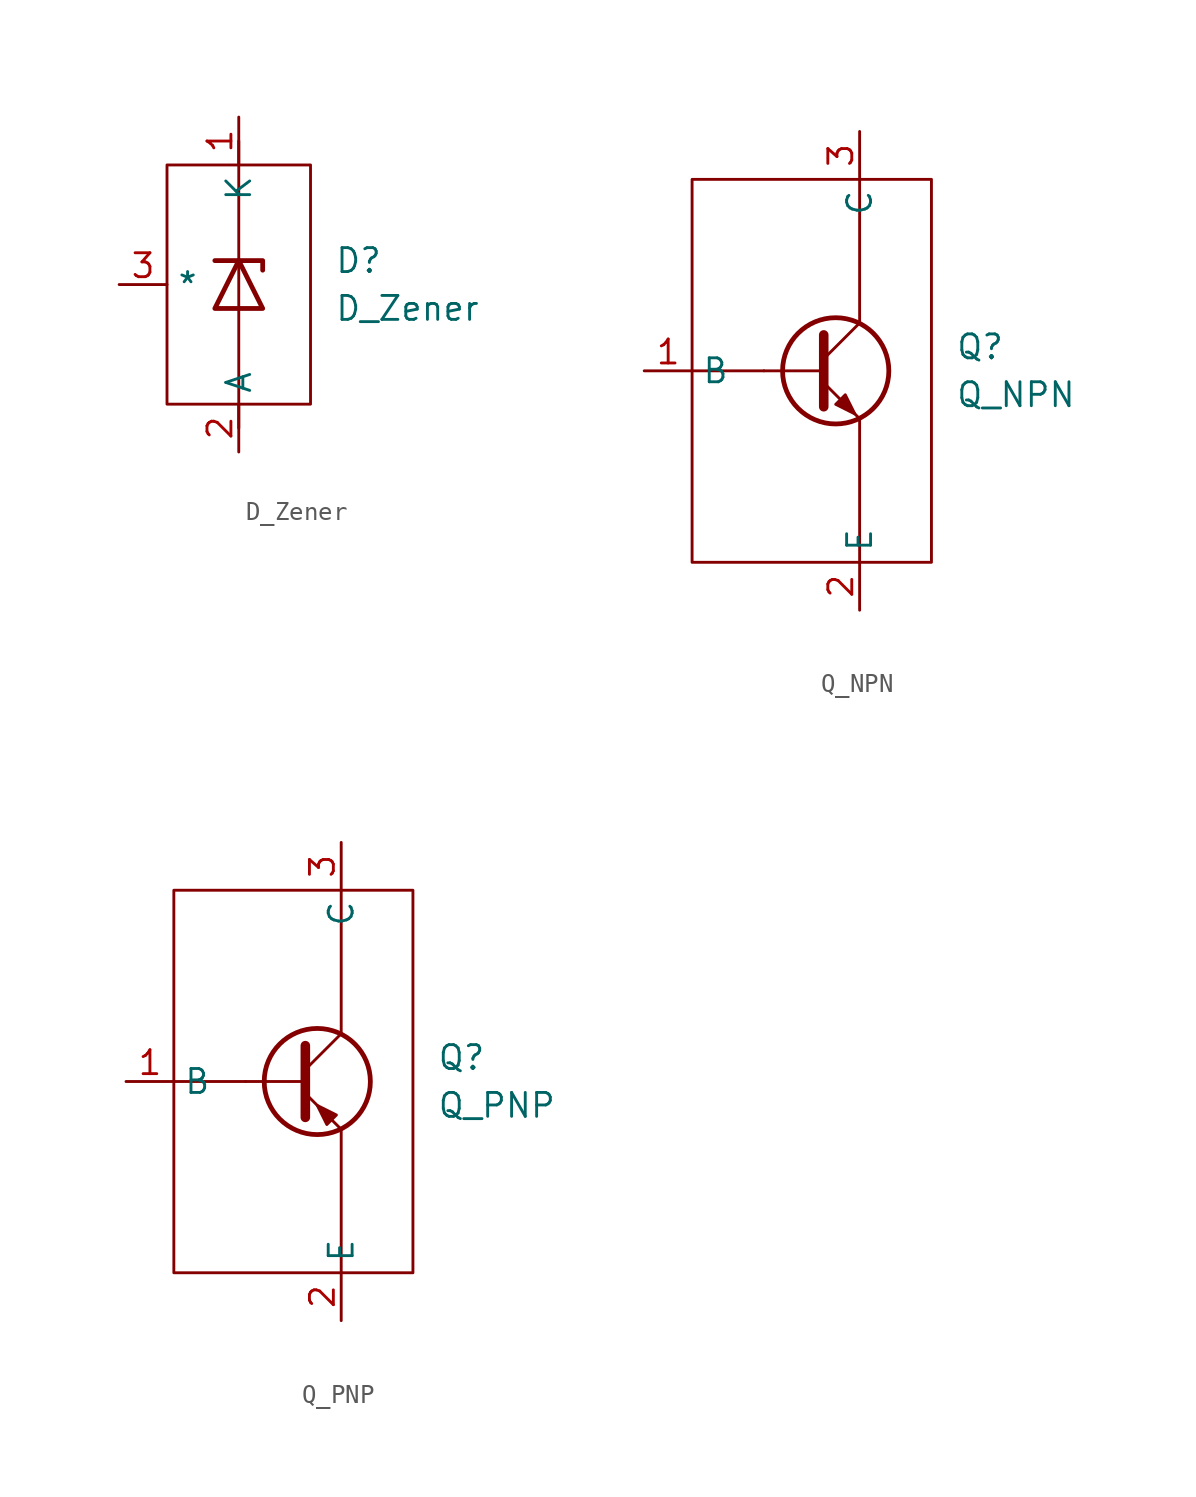
<source format=kicad_sym>
(kicad_symbol_lib
  (version 20241209)
  (generator "kicad_symbol_editor")
  (generator_version "9.0")
  (symbol "D_Zener"
    (property "Reference" "D"
      (at 5.08 1.27 0)
      (effects (font (size 1.27 1.27)) (justify left)))
    (property "Value" "D_Zener"
      (at 5.08 -1.27 0)
      (effects (font (size 1.27 1.27)) (justify left)))
    (symbol "D_Zener_0_1"
      (rectangle (start -3.81 6.35) (end 3.81 -6.35) (stroke (width 0) (type default)) (fill (type none)))
      (polyline (pts (xy -1.27 1.27) (xy 1.27 1.27) (xy 1.27 0.762)) (stroke (width 0.254) (type default)) (fill (type none)))
      (polyline (pts (xy -1.27 -1.27) (xy 1.27 -1.27) (xy 0 1.27) (xy -1.27 -1.27)) (stroke (width 0.254) (type default)) (fill (type none)))
      (polyline (pts (xy 0 1.27) (xy 0 7.62)) (stroke (width 0) (type default)) (fill (type none)))
      (polyline (pts (xy 0 -1.27) (xy 0 1.27)) (stroke (width 0) (type default)) (fill (type none)))
      (polyline (pts (xy 0 -1.27) (xy 0 -7.62)) (stroke (width 0) (type default)) (fill (type none))))
    (symbol "D_Zener_1_1"
      (pin passive line (at -6.35 0 0) (length 2.54) (name "*" (effects (font (size 1.27 1.27)))) (number "3" (effects (font (size 1.27 1.27)))))
      (pin passive line (at 0 8.89 270) (length 2.54) (name "K" (effects (font (size 1.27 1.27)))) (number "1" (effects (font (size 1.27 1.27)))))
      (pin passive line (at 0 -8.89 90) (length 2.54) (name "A" (effects (font (size 1.27 1.27)))) (number "2" (effects (font (size 1.27 1.27)))))))
  (symbol "Q_NPN"
    (property "Reference" "Q"
      (at 7.62 1.27 0)
      (effects (font (size 1.27 1.27)) (justify left)))
    (property "Value" "Q_NPN"
      (at 7.62 -1.27 0)
      (effects (font (size 1.27 1.27)) (justify left)))
    (symbol "Q_NPN_0_1"
      (polyline (pts (xy -2.54 0) (xy -6.35 0)) (stroke (width 0) (type default)) (fill (type none)))
      (polyline (pts (xy -2.54 0) (xy 0.635 0)) (stroke (width 0) (type default)) (fill (type none)))
      (polyline (pts (xy 0.635 1.905) (xy 0.635 -1.905)) (stroke (width 0.508) (type default)) (fill (type none)))
      (polyline (pts (xy 0.635 0.635) (xy 2.54 2.54)) (stroke (width 0) (type default)) (fill (type none)))
      (polyline (pts (xy 0.635 -0.635) (xy 2.54 -2.54)) (stroke (width 0) (type default)) (fill (type none)))
      (circle (center 1.27 0) (radius 2.819) (stroke (width 0.254) (type default)) (fill (type none)))
      (polyline (pts (xy 1.27 -1.778) (xy 1.778 -1.27) (xy 2.286 -2.286) (xy 1.27 -1.778)) (stroke (width 0) (type default)) (fill (type outline)))
      (polyline (pts (xy 2.54 2.54) (xy 2.54 10.16)) (stroke (width 0) (type default)) (fill (type none)))
      (polyline (pts (xy 2.54 -2.54) (xy 2.54 -10.16)) (stroke (width 0) (type default)) (fill (type none)))
      (rectangle (start 6.35 10.16) (end -6.35 -10.16) (stroke (width 0) (type default)) (fill (type none))))
    (symbol "Q_NPN_1_1"
      (pin input line (at -8.89 0 0) (length 2.54) (name "B" (effects (font (size 1.27 1.27)))) (number "1" (effects (font (size 1.27 1.27)))))
      (pin passive line (at 2.54 12.7 270) (length 2.54) (name "C" (effects (font (size 1.27 1.27)))) (number "3" (effects (font (size 1.27 1.27)))))
      (pin passive line (at 2.54 -12.7 90) (length 2.54) (name "E" (effects (font (size 1.27 1.27)))) (number "2" (effects (font (size 1.27 1.27)))))))
  (symbol "Q_PNP"
    (property "Reference" "Q"
      (at 7.62 1.27 0)
      (effects (font (size 1.27 1.27)) (justify left)))
    (property "Value" "Q_PNP"
      (at 7.62 -1.27 0)
      (effects (font (size 1.27 1.27)) (justify left)))
    (symbol "Q_PNP_0_1"
      (polyline (pts (xy -2.54 0) (xy -6.35 0)) (stroke (width 0) (type default)) (fill (type none)))
      (polyline (pts (xy -2.54 0) (xy 0.635 0)) (stroke (width 0) (type default)) (fill (type none)))
      (polyline (pts (xy 0.635 1.905) (xy 0.635 -1.905)) (stroke (width 0.508) (type default)) (fill (type none)))
      (polyline (pts (xy 0.635 0.635) (xy 2.54 2.54)) (stroke (width 0) (type default)) (fill (type none)))
      (polyline (pts (xy 0.635 -0.635) (xy 2.54 -2.54)) (stroke (width 0) (type default)) (fill (type none)))
      (circle (center 1.27 0) (radius 2.819) (stroke (width 0.254) (type default)) (fill (type none)))
      (polyline (pts (xy 2.286 -1.778) (xy 1.778 -2.286) (xy 1.27 -1.27) (xy 2.286 -1.778)) (stroke (width 0) (type default)) (fill (type outline)))
      (polyline (pts (xy 2.54 2.54) (xy 2.54 10.16)) (stroke (width 0) (type default)) (fill (type none)))
      (polyline (pts (xy 2.54 -2.54) (xy 2.54 -10.16)) (stroke (width 0) (type default)) (fill (type none)))
      (rectangle (start 6.35 10.16) (end -6.35 -10.16) (stroke (width 0) (type default)) (fill (type none))))
    (symbol "Q_PNP_1_1"
      (pin input line (at -8.89 0 0) (length 2.54) (name "B" (effects (font (size 1.27 1.27)))) (number "1" (effects (font (size 1.27 1.27)))))
      (pin passive line (at 2.54 12.7 270) (length 2.54) (name "C" (effects (font (size 1.27 1.27)))) (number "3" (effects (font (size 1.27 1.27)))))
      (pin passive line (at 2.54 -12.7 90) (length 2.54) (name "E" (effects (font (size 1.27 1.27)))) (number "2" (effects (font (size 1.27 1.27))))))))
</source>
